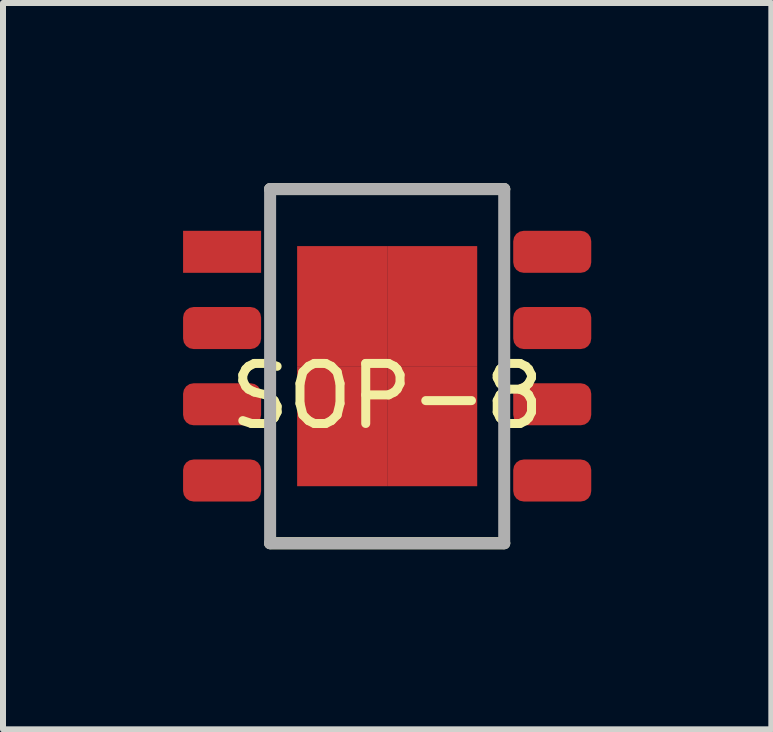
<source format=kicad_pcb>
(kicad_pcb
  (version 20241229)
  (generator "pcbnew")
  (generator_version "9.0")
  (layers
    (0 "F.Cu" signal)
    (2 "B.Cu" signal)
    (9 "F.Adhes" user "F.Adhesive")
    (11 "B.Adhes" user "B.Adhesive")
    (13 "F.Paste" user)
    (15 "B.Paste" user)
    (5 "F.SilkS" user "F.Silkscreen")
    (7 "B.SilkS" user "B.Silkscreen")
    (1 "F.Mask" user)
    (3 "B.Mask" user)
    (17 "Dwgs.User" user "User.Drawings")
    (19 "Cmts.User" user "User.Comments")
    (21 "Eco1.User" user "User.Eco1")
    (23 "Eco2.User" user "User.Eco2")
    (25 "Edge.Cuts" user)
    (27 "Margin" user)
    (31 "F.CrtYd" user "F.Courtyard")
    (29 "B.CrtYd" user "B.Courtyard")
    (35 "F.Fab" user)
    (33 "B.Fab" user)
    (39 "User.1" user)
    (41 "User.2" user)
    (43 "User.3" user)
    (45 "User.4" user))
  (footprint "SOP-8"
    (layer "F.Cu")
    (at 3.4 3.05)
    (property "Reference" "SOP-8" (at 0 0.5 0) (layer "F.SilkS") (effects (font (size 1 1) (thickness 0.15))))
    (attr through_hole)
    (fp_line (start -1.95 -2.95) (end 1.95 -2.95) (stroke (width 0.2) (type solid)) (layer "F.SilkS"))
    (fp_line (start -1.95 2.95) (end 1.95 2.95) (stroke (width 0.2) (type solid)) (layer "F.SilkS"))
    (fp_line (start -1.95 -2.95) (end -1.95 2.95) (stroke (width 0.2) (type solid)) (layer "F.Fab"))
    (fp_line (start -1.95 -2.95) (end 1.95 -2.95) (stroke (width 0.2) (type solid)) (layer "F.Fab"))
    (fp_line (start -1.95 2.95) (end 1.95 2.95) (stroke (width 0.2) (type solid)) (layer "F.Fab"))
    (fp_line (start 1.95 -2.95) (end 1.95 2.95) (stroke (width 0.2) (type solid)) (layer "F.Fab"))
    (pad "0" smd rect (at -0.75 -1) (size 1.5 2) (layers "F.Cu" "F.Mask" "F.Paste"))
    (pad "0" smd rect (at -0.75 1) (size 1.5 2) (layers "F.Cu" "F.Mask" "F.Paste"))
    (pad "0" smd rect (at 0.75 -1) (size 1.5 2) (layers "F.Cu" "F.Mask" "F.Paste"))
    (pad "0" smd rect (at 0.75 1) (size 1.5 2) (layers "F.Cu" "F.Mask" "F.Paste"))
    (pad "1" smd rect (at -2.75 -1.905) (size 1.3 0.7) (layers "F.Cu" "F.Mask" "F.Paste"))
    (pad "2" smd roundrect (at -2.75 -0.635) (size 1.3 0.7) (layers "F.Cu" "F.Mask" "F.Paste") (roundrect_rratio 0.25))
    (pad "3" smd roundrect (at -2.75 0.635) (size 1.3 0.7) (layers "F.Cu" "F.Mask" "F.Paste") (roundrect_rratio 0.25))
    (pad "4" smd roundrect (at -2.75 1.905) (size 1.3 0.7) (layers "F.Cu" "F.Mask" "F.Paste") (roundrect_rratio 0.25))
    (pad "5" smd roundrect (at 2.75 1.905) (size 1.3 0.7) (layers "F.Cu" "F.Mask" "F.Paste") (roundrect_rratio 0.25))
    (pad "6" smd roundrect (at 2.75 0.635) (size 1.3 0.7) (layers "F.Cu" "F.Mask" "F.Paste") (roundrect_rratio 0.25))
    (pad "7" smd roundrect (at 2.75 -0.635) (size 1.3 0.7) (layers "F.Cu" "F.Mask" "F.Paste") (roundrect_rratio 0.25))
    (pad "8" smd roundrect (at 2.75 -1.905) (size 1.3 0.7) (layers "F.Cu" "F.Mask" "F.Paste") (roundrect_rratio 0.25)))
  (gr_rect
    (start -3 -3)
    (end 9.8 9.1)
    (stroke (width 0.1) (type default))
    (fill no)
    (layer "Edge.Cuts")))
</source>
